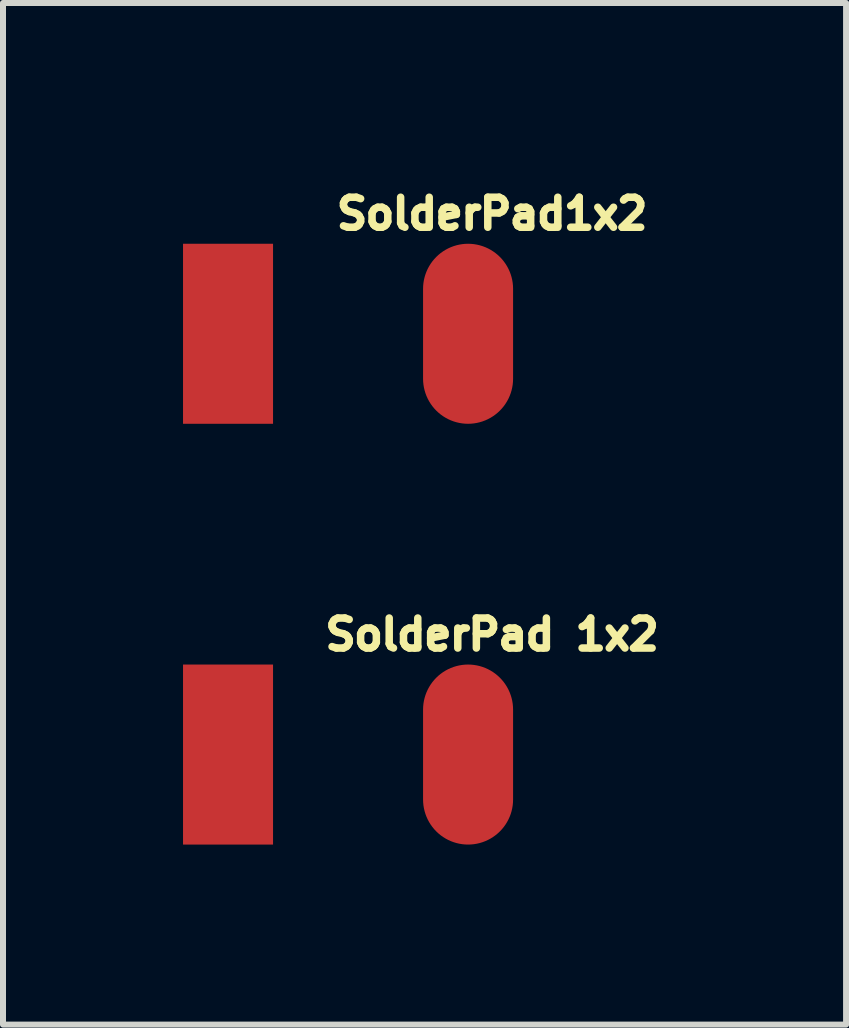
<source format=kicad_pcb>
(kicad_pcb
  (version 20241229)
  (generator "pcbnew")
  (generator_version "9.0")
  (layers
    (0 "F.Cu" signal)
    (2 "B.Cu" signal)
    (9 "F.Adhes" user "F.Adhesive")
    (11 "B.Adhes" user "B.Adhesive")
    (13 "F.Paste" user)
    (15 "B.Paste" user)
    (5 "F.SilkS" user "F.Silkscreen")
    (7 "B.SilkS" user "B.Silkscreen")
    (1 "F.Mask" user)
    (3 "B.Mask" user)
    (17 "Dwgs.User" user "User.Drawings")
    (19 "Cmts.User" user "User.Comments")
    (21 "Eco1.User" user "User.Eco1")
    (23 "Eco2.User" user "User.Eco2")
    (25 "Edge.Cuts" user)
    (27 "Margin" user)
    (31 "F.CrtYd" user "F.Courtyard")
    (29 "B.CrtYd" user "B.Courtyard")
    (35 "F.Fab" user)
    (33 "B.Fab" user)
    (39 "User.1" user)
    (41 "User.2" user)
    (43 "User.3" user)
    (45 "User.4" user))
  (footprint "SolderPad1x2"
    (layer "F.Cu")
    (at 2.75 2.512)
    (property "Reference" "SolderPad1x2" (at 2.4 -2 0) (layer "F.SilkS") (effects (font (size 0.5 0.5) (thickness 0.125))))
    (attr through_hole)
    (pad "1" connect rect (at -2 0) (size 1.5 3) (layers "F.Cu" "F.Mask"))
    (pad "2" connect oval (at 2 0) (size 1.5 3) (layers "F.Cu" "F.Mask")))
  (footprint "SolderPad 1x2"
    (layer "F.Cu")
    (at 2.75 9.524)
    (property "Reference" "SolderPad 1x2" (at 2.4 -2 0) (layer "F.SilkS") (effects (font (size 0.5 0.5) (thickness 0.125))))
    (attr through_hole)
    (pad "1" connect rect (at -2 0) (size 1.5 3) (layers "F.Cu" "F.Mask"))
    (pad "2" connect oval (at 2 0) (size 1.5 3) (layers "F.Cu" "F.Mask")))
  (gr_rect
    (start -3 -3)
    (end 11.049 14.024)
    (stroke (width 0.1) (type default))
    (fill no)
    (layer "Edge.Cuts")))
</source>
